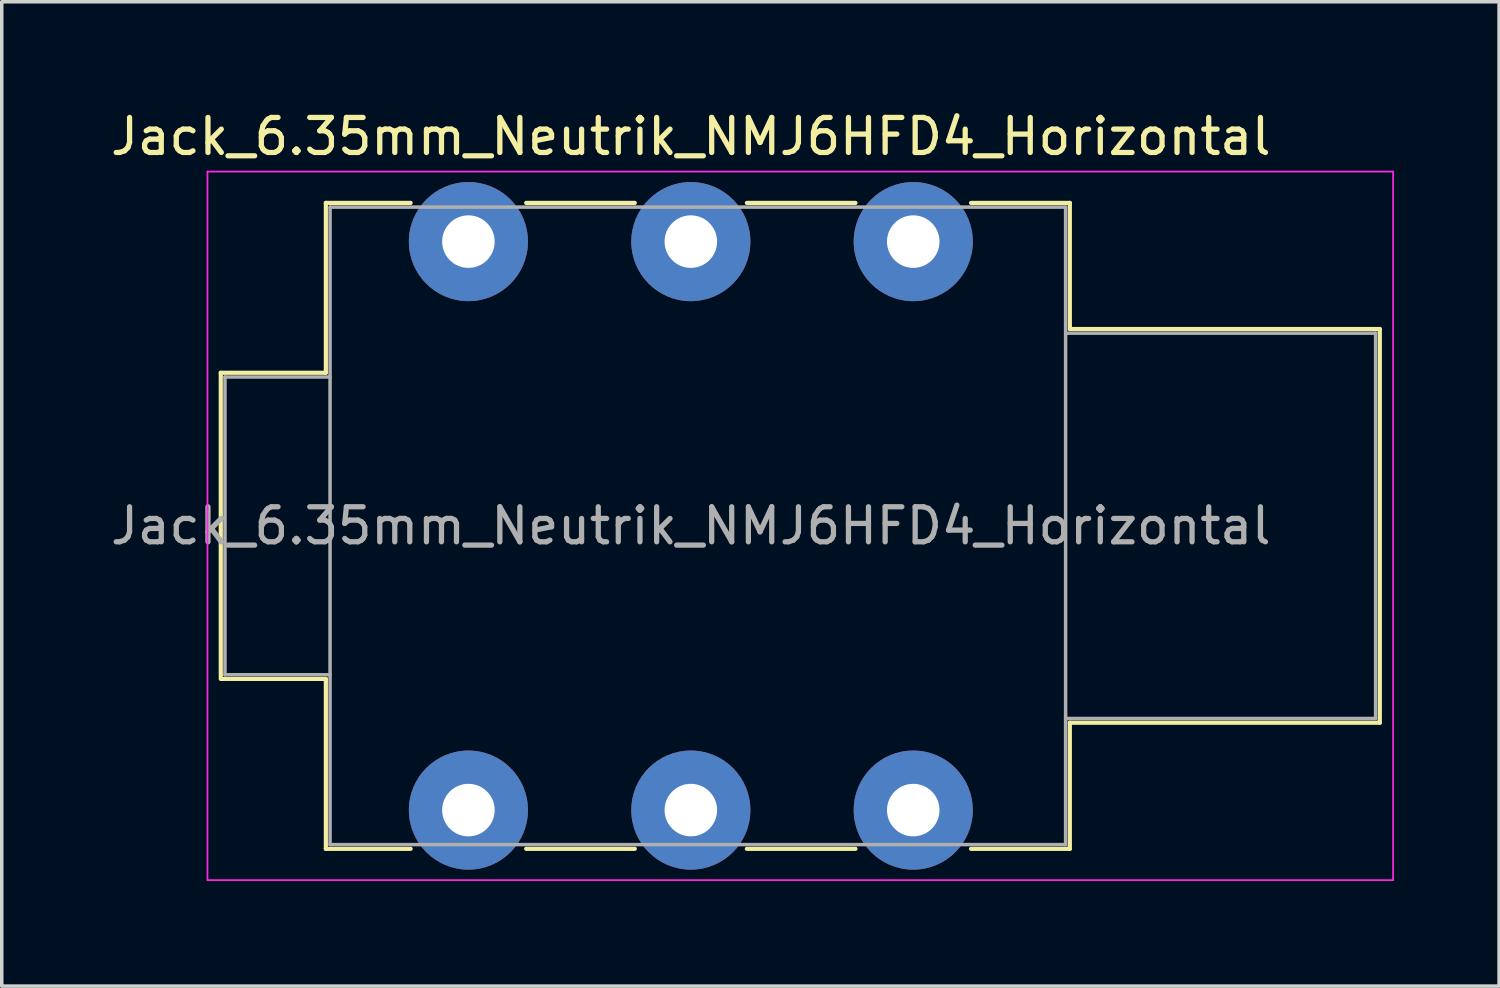
<source format=kicad_pcb>
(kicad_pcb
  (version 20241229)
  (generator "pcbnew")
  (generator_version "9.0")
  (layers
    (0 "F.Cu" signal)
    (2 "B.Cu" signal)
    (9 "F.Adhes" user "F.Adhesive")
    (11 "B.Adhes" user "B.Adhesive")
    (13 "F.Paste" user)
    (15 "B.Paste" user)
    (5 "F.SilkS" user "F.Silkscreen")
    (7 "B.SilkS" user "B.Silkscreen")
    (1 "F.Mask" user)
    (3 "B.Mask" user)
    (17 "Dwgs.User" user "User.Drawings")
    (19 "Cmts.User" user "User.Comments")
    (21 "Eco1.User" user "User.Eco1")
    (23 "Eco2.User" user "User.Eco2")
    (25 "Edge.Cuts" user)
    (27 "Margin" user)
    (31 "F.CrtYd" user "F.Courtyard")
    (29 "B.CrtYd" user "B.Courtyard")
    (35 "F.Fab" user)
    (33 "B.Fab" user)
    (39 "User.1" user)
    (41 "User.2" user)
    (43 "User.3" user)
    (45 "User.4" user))
  (footprint "Jack_6.35mm_Neutrik_NMJ6HFD4_Horizontal"
    (layer "F.Cu")
    (at 10.323 3.848)
    (property "Reference" "Jack_6.35mm_Neutrik_NMJ6HFD4_Horizontal" (at 6.35 -3 0) (layer "F.SilkS") (effects (font (size 1 1) (thickness 0.15))))
    (attr through_hole)
    (fp_line (start -7.07 3.745) (end -4.07 3.745) (stroke (width 0.12) (type solid)) (layer "F.SilkS"))
    (fp_line (start -7.07 12.445) (end -7.07 3.745) (stroke (width 0.12) (type solid)) (layer "F.SilkS"))
    (fp_line (start -7.07 12.485) (end -4.07 12.485) (stroke (width 0.12) (type solid)) (layer "F.SilkS"))
    (fp_line (start -4.07 -1.105) (end -1.65 -1.105) (stroke (width 0.12) (type solid)) (layer "F.SilkS"))
    (fp_line (start -4.07 3.745) (end -4.07 -1.105) (stroke (width 0.12) (type solid)) (layer "F.SilkS"))
    (fp_line (start -4.07 17.335) (end -4.07 12.485) (stroke (width 0.12) (type solid)) (layer "F.SilkS"))
    (fp_line (start -1.65 17.335) (end -4.07 17.335) (stroke (width 0.12) (type solid)) (layer "F.SilkS"))
    (fp_line (start 1.65 -1.105) (end 4.75 -1.105) (stroke (width 0.12) (type solid)) (layer "F.SilkS"))
    (fp_line (start 4.75 17.335) (end 1.65 17.335) (stroke (width 0.12) (type solid)) (layer "F.SilkS"))
    (fp_line (start 7.95 -1.105) (end 11.05 -1.105) (stroke (width 0.12) (type solid)) (layer "F.SilkS"))
    (fp_line (start 11.05 17.335) (end 7.95 17.335) (stroke (width 0.12) (type solid)) (layer "F.SilkS"))
    (fp_line (start 17.17 -1.105) (end 14.35 -1.105) (stroke (width 0.12) (type solid)) (layer "F.SilkS"))
    (fp_line (start 17.17 2.495) (end 17.17 -1.105) (stroke (width 0.12) (type solid)) (layer "F.SilkS"))
    (fp_line (start 17.17 2.495) (end 26.02 2.495) (stroke (width 0.12) (type solid)) (layer "F.SilkS"))
    (fp_line (start 17.17 13.735) (end 26.02 13.735) (stroke (width 0.12) (type solid)) (layer "F.SilkS"))
    (fp_line (start 17.17 17.335) (end 14.35 17.335) (stroke (width 0.12) (type solid)) (layer "F.SilkS"))
    (fp_line (start 17.17 17.335) (end 17.17 13.735) (stroke (width 0.12) (type solid)) (layer "F.SilkS"))
    (fp_line (start 26.02 13.735) (end 26.02 2.495) (stroke (width 0.12) (type solid)) (layer "F.SilkS"))
    (fp_line (start -7.45 18.23) (end -7.45 -2) (stroke (width 0.05) (type solid)) (layer "F.CrtYd"))
    (fp_line (start -7.45 18.23) (end 26.4 18.23) (stroke (width 0.05) (type solid)) (layer "F.CrtYd"))
    (fp_line (start 26.4 -2) (end -7.45 -2) (stroke (width 0.05) (type solid)) (layer "F.CrtYd"))
    (fp_line (start 26.4 18.23) (end 26.4 -2) (stroke (width 0.05) (type solid)) (layer "F.CrtYd"))
    (fp_line (start -6.95 3.865) (end -3.95 3.865) (stroke (width 0.1) (type solid)) (layer "F.Fab"))
    (fp_line (start -6.95 12.365) (end -6.95 3.865) (stroke (width 0.1) (type solid)) (layer "F.Fab"))
    (fp_line (start -6.95 12.365) (end -3.95 12.365) (stroke (width 0.1) (type solid)) (layer "F.Fab"))
    (fp_line (start -3.95 17.215) (end -3.95 -0.985) (stroke (width 0.1) (type solid)) (layer "F.Fab"))
    (fp_line (start 17.05 -0.985) (end -3.95 -0.985) (stroke (width 0.1) (type solid)) (layer "F.Fab"))
    (fp_line (start 17.05 17.215) (end -3.95 17.215) (stroke (width 0.1) (type solid)) (layer "F.Fab"))
    (fp_line (start 17.05 17.215) (end 17.05 -0.985) (stroke (width 0.1) (type solid)) (layer "F.Fab"))
    (fp_line (start 25.9 2.615) (end 17.05 2.615) (stroke (width 0.1) (type solid)) (layer "F.Fab"))
    (fp_line (start 25.9 13.615) (end 17.05 13.615) (stroke (width 0.1) (type solid)) (layer "F.Fab"))
    (fp_line (start 25.9 13.615) (end 25.9 2.615) (stroke (width 0.1) (type solid)) (layer "F.Fab"))
    (fp_text user "${REFERENCE}" (at 6.35 8.115 0) (layer "F.Fab") (effects (font (size 1 1) (thickness 0.15))))
    (pad "R" thru_hole circle (at 6.35 0) (size 3.4 3.4) (drill 1.5) (layers "*.Cu" "*.Mask"))
    (pad "RN" thru_hole circle (at 6.35 16.23) (size 3.4 3.4) (drill 1.5) (layers "*.Cu" "*.Mask"))
    (pad "S" thru_hole circle (at 12.7 0) (size 3.4 3.4) (drill 1.5) (layers "*.Cu" "*.Mask"))
    (pad "SN" thru_hole circle (at 12.7 16.23) (size 3.4 3.4) (drill 1.5) (layers "*.Cu" "*.Mask"))
    (pad "T" thru_hole circle (at 0 0) (size 3.4 3.4) (drill 1.5) (layers "*.Cu" "*.Mask"))
    (pad "TN" thru_hole circle (at 0 16.23) (size 3.4 3.4) (drill 1.5) (layers "*.Cu" "*.Mask")))
  (gr_rect
    (start -3 -3)
    (end 39.748 25.103)
    (stroke (width 0.1) (type default))
    (fill no)
    (layer "Edge.Cuts")))
</source>
